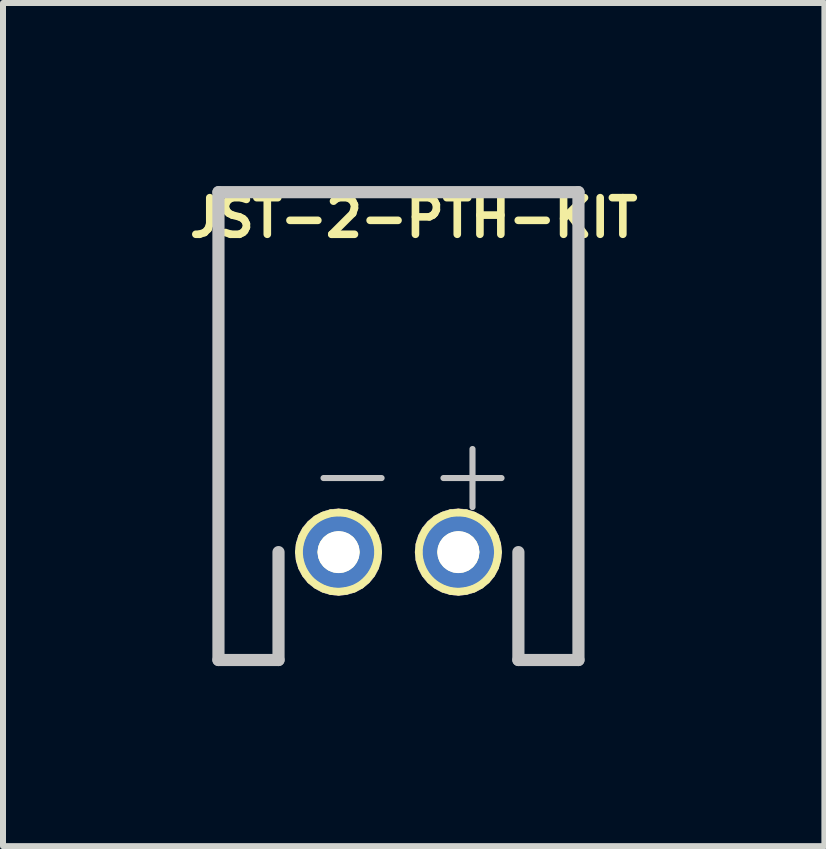
<source format=kicad_pcb>
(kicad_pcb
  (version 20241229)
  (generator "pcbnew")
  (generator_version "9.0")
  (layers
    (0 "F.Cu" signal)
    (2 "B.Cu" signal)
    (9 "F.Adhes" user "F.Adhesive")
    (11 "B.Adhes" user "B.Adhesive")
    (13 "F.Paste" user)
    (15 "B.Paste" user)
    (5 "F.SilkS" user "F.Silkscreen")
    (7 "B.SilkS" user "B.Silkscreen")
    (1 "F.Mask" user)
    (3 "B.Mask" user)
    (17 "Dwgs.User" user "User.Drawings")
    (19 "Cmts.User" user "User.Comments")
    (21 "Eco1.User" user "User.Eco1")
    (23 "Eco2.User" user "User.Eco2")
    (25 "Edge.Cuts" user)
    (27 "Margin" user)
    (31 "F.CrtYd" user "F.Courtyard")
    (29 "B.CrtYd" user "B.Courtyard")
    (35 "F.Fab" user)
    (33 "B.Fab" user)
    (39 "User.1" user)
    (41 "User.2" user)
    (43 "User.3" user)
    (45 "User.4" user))
  (footprint "JST-2-PTH-KIT"
    (layer "F.Cu")
    (at 3.591 6.152)
    (property "Reference" "JST-2-PTH-KIT" (at 0.254 -5.573 0) (layer "F.SilkS") (effects (font (size 0.61 0.61) (thickness 0.127))))
    (attr exclude_from_pos_files exclude_from_bom)
    (fp_line (start -1.659 0) (end -1.646 -0.127) (stroke (width 0.127) (type solid)) (layer "F.SilkS"))
    (fp_line (start -1.646 -0.127) (end -1.608 -0.251) (stroke (width 0.127) (type solid)) (layer "F.SilkS"))
    (fp_line (start -1.646 0.127) (end -1.659 0) (stroke (width 0.127) (type solid)) (layer "F.SilkS"))
    (fp_line (start -1.608 -0.251) (end -1.547 -0.366) (stroke (width 0.127) (type solid)) (layer "F.SilkS"))
    (fp_line (start -1.608 0.251) (end -1.646 0.127) (stroke (width 0.127) (type solid)) (layer "F.SilkS"))
    (fp_line (start -1.547 -0.366) (end -1.466 -0.465) (stroke (width 0.127) (type solid)) (layer "F.SilkS"))
    (fp_line (start -1.547 0.366) (end -1.608 0.251) (stroke (width 0.127) (type solid)) (layer "F.SilkS"))
    (fp_line (start -1.466 -0.465) (end -1.367 -0.549) (stroke (width 0.127) (type solid)) (layer "F.SilkS"))
    (fp_line (start -1.466 0.467) (end -1.547 0.366) (stroke (width 0.127) (type solid)) (layer "F.SilkS"))
    (fp_line (start -1.367 -0.549) (end -1.252 -0.61) (stroke (width 0.127) (type solid)) (layer "F.SilkS"))
    (fp_line (start -1.364 0.549) (end -1.466 0.467) (stroke (width 0.127) (type solid)) (layer "F.SilkS"))
    (fp_line (start -1.285 0) (end -1.275 -0.074) (stroke (width 0.127) (type solid)) (layer "F.SilkS"))
    (fp_line (start -1.275 -0.074) (end -1.247 -0.142) (stroke (width 0.127) (type solid)) (layer "F.SilkS"))
    (fp_line (start -1.275 0.074) (end -1.285 0) (stroke (width 0.127) (type solid)) (layer "F.SilkS"))
    (fp_line (start -1.252 -0.61) (end -1.128 -0.648) (stroke (width 0.127) (type solid)) (layer "F.SilkS"))
    (fp_line (start -1.25 0.61) (end -1.364 0.549) (stroke (width 0.127) (type solid)) (layer "F.SilkS"))
    (fp_line (start -1.247 -0.142) (end -1.201 -0.201) (stroke (width 0.127) (type solid)) (layer "F.SilkS"))
    (fp_line (start -1.247 0.142) (end -1.275 0.074) (stroke (width 0.127) (type solid)) (layer "F.SilkS"))
    (fp_line (start -1.201 -0.201) (end -1.143 -0.246) (stroke (width 0.127) (type solid)) (layer "F.SilkS"))
    (fp_line (start -1.201 0.201) (end -1.247 0.142) (stroke (width 0.127) (type solid)) (layer "F.SilkS"))
    (fp_line (start -1.143 -0.246) (end -1.072 -0.274) (stroke (width 0.127) (type solid)) (layer "F.SilkS"))
    (fp_line (start -1.143 0.246) (end -1.201 0.201) (stroke (width 0.127) (type solid)) (layer "F.SilkS"))
    (fp_line (start -1.128 -0.648) (end -0.998 -0.66) (stroke (width 0.127) (type solid)) (layer "F.SilkS"))
    (fp_line (start -1.125 0.648) (end -1.25 0.61) (stroke (width 0.127) (type solid)) (layer "F.SilkS"))
    (fp_line (start -1.072 -0.274) (end -0.998 -0.284) (stroke (width 0.127) (type solid)) (layer "F.SilkS"))
    (fp_line (start -1.072 0.274) (end -1.143 0.246) (stroke (width 0.127) (type solid)) (layer "F.SilkS"))
    (fp_line (start -0.998 -0.66) (end -0.869 -0.648) (stroke (width 0.127) (type solid)) (layer "F.SilkS"))
    (fp_line (start -0.998 -0.284) (end -0.925 -0.274) (stroke (width 0.127) (type solid)) (layer "F.SilkS"))
    (fp_line (start -0.998 0.284) (end -1.072 0.274) (stroke (width 0.127) (type solid)) (layer "F.SilkS"))
    (fp_line (start -0.996 0.66) (end -1.125 0.648) (stroke (width 0.127) (type solid)) (layer "F.SilkS"))
    (fp_line (start -0.925 -0.274) (end -0.856 -0.246) (stroke (width 0.127) (type solid)) (layer "F.SilkS"))
    (fp_line (start -0.925 0.274) (end -0.998 0.284) (stroke (width 0.127) (type solid)) (layer "F.SilkS"))
    (fp_line (start -0.869 -0.648) (end -0.747 -0.61) (stroke (width 0.127) (type solid)) (layer "F.SilkS"))
    (fp_line (start -0.869 0.645) (end -0.996 0.66) (stroke (width 0.127) (type solid)) (layer "F.SilkS"))
    (fp_line (start -0.856 -0.246) (end -0.795 -0.201) (stroke (width 0.127) (type solid)) (layer "F.SilkS"))
    (fp_line (start -0.856 0.246) (end -0.925 0.274) (stroke (width 0.127) (type solid)) (layer "F.SilkS"))
    (fp_line (start -0.795 -0.201) (end -0.752 -0.142) (stroke (width 0.127) (type solid)) (layer "F.SilkS"))
    (fp_line (start -0.795 0.201) (end -0.856 0.246) (stroke (width 0.127) (type solid)) (layer "F.SilkS"))
    (fp_line (start -0.752 -0.142) (end -0.721 -0.074) (stroke (width 0.127) (type solid)) (layer "F.SilkS"))
    (fp_line (start -0.752 0.142) (end -0.795 0.201) (stroke (width 0.127) (type solid)) (layer "F.SilkS"))
    (fp_line (start -0.747 -0.61) (end -0.632 -0.549) (stroke (width 0.127) (type solid)) (layer "F.SilkS"))
    (fp_line (start -0.744 0.61) (end -0.869 0.645) (stroke (width 0.127) (type solid)) (layer "F.SilkS"))
    (fp_line (start -0.721 -0.074) (end -0.711 0) (stroke (width 0.127) (type solid)) (layer "F.SilkS"))
    (fp_line (start -0.721 0.074) (end -0.752 0.142) (stroke (width 0.127) (type solid)) (layer "F.SilkS"))
    (fp_line (start -0.711 0) (end -0.721 0.074) (stroke (width 0.127) (type solid)) (layer "F.SilkS"))
    (fp_line (start -0.632 -0.549) (end -0.531 -0.465) (stroke (width 0.127) (type solid)) (layer "F.SilkS"))
    (fp_line (start -0.63 0.549) (end -0.744 0.61) (stroke (width 0.127) (type solid)) (layer "F.SilkS"))
    (fp_line (start -0.531 -0.465) (end -0.45 -0.366) (stroke (width 0.127) (type solid)) (layer "F.SilkS"))
    (fp_line (start -0.531 0.465) (end -0.63 0.549) (stroke (width 0.127) (type solid)) (layer "F.SilkS"))
    (fp_line (start -0.45 -0.366) (end -0.389 -0.251) (stroke (width 0.127) (type solid)) (layer "F.SilkS"))
    (fp_line (start -0.45 0.366) (end -0.531 0.465) (stroke (width 0.127) (type solid)) (layer "F.SilkS"))
    (fp_line (start -0.389 -0.251) (end -0.351 -0.127) (stroke (width 0.127) (type solid)) (layer "F.SilkS"))
    (fp_line (start -0.389 0.251) (end -0.45 0.366) (stroke (width 0.127) (type solid)) (layer "F.SilkS"))
    (fp_line (start -0.351 -0.127) (end -0.338 0) (stroke (width 0.127) (type solid)) (layer "F.SilkS"))
    (fp_line (start -0.351 0.127) (end -0.389 0.251) (stroke (width 0.127) (type solid)) (layer "F.SilkS"))
    (fp_line (start -0.338 0) (end -0.351 0.127) (stroke (width 0.127) (type solid)) (layer "F.SilkS"))
    (fp_line (start 0.338 0) (end 0.351 -0.127) (stroke (width 0.127) (type solid)) (layer "F.SilkS"))
    (fp_line (start 0.351 -0.127) (end 0.389 -0.251) (stroke (width 0.127) (type solid)) (layer "F.SilkS"))
    (fp_line (start 0.351 0.127) (end 0.338 0) (stroke (width 0.127) (type solid)) (layer "F.SilkS"))
    (fp_line (start 0.389 -0.251) (end 0.45 -0.366) (stroke (width 0.127) (type solid)) (layer "F.SilkS"))
    (fp_line (start 0.389 0.251) (end 0.351 0.127) (stroke (width 0.127) (type solid)) (layer "F.SilkS"))
    (fp_line (start 0.45 -0.366) (end 0.531 -0.465) (stroke (width 0.127) (type solid)) (layer "F.SilkS"))
    (fp_line (start 0.45 0.366) (end 0.389 0.251) (stroke (width 0.127) (type solid)) (layer "F.SilkS"))
    (fp_line (start 0.531 -0.465) (end 0.632 -0.549) (stroke (width 0.127) (type solid)) (layer "F.SilkS"))
    (fp_line (start 0.533 0.467) (end 0.45 0.366) (stroke (width 0.127) (type solid)) (layer "F.SilkS"))
    (fp_line (start 0.632 -0.549) (end 0.747 -0.61) (stroke (width 0.127) (type solid)) (layer "F.SilkS"))
    (fp_line (start 0.632 0.549) (end 0.533 0.467) (stroke (width 0.127) (type solid)) (layer "F.SilkS"))
    (fp_line (start 0.711 0) (end 0.721 -0.074) (stroke (width 0.127) (type solid)) (layer "F.SilkS"))
    (fp_line (start 0.721 -0.074) (end 0.752 -0.142) (stroke (width 0.127) (type solid)) (layer "F.SilkS"))
    (fp_line (start 0.721 0.074) (end 0.711 0) (stroke (width 0.127) (type solid)) (layer "F.SilkS"))
    (fp_line (start 0.747 -0.61) (end 0.869 -0.648) (stroke (width 0.127) (type solid)) (layer "F.SilkS"))
    (fp_line (start 0.747 0.61) (end 0.632 0.549) (stroke (width 0.127) (type solid)) (layer "F.SilkS"))
    (fp_line (start 0.749 0.142) (end 0.721 0.074) (stroke (width 0.127) (type solid)) (layer "F.SilkS"))
    (fp_line (start 0.752 -0.142) (end 0.795 -0.201) (stroke (width 0.127) (type solid)) (layer "F.SilkS"))
    (fp_line (start 0.795 -0.201) (end 0.856 -0.246) (stroke (width 0.127) (type solid)) (layer "F.SilkS"))
    (fp_line (start 0.795 0.201) (end 0.749 0.142) (stroke (width 0.127) (type solid)) (layer "F.SilkS"))
    (fp_line (start 0.856 -0.246) (end 0.925 -0.274) (stroke (width 0.127) (type solid)) (layer "F.SilkS"))
    (fp_line (start 0.856 0.246) (end 0.795 0.201) (stroke (width 0.127) (type solid)) (layer "F.SilkS"))
    (fp_line (start 0.869 -0.648) (end 0.998 -0.66) (stroke (width 0.127) (type solid)) (layer "F.SilkS"))
    (fp_line (start 0.871 0.648) (end 0.747 0.61) (stroke (width 0.127) (type solid)) (layer "F.SilkS"))
    (fp_line (start 0.925 -0.274) (end 0.998 -0.284) (stroke (width 0.127) (type solid)) (layer "F.SilkS"))
    (fp_line (start 0.925 0.274) (end 0.856 0.246) (stroke (width 0.127) (type solid)) (layer "F.SilkS"))
    (fp_line (start 0.998 -0.66) (end 1.128 -0.648) (stroke (width 0.127) (type solid)) (layer "F.SilkS"))
    (fp_line (start 0.998 -0.284) (end 1.072 -0.274) (stroke (width 0.127) (type solid)) (layer "F.SilkS"))
    (fp_line (start 0.998 0.284) (end 0.925 0.274) (stroke (width 0.127) (type solid)) (layer "F.SilkS"))
    (fp_line (start 1.001 0.66) (end 0.871 0.648) (stroke (width 0.127) (type solid)) (layer "F.SilkS"))
    (fp_line (start 1.072 -0.274) (end 1.143 -0.246) (stroke (width 0.127) (type solid)) (layer "F.SilkS"))
    (fp_line (start 1.072 0.274) (end 0.998 0.284) (stroke (width 0.127) (type solid)) (layer "F.SilkS"))
    (fp_line (start 1.128 -0.648) (end 1.252 -0.61) (stroke (width 0.127) (type solid)) (layer "F.SilkS"))
    (fp_line (start 1.13 0.645) (end 1.001 0.66) (stroke (width 0.127) (type solid)) (layer "F.SilkS"))
    (fp_line (start 1.143 -0.246) (end 1.201 -0.201) (stroke (width 0.127) (type solid)) (layer "F.SilkS"))
    (fp_line (start 1.143 0.246) (end 1.072 0.274) (stroke (width 0.127) (type solid)) (layer "F.SilkS"))
    (fp_line (start 1.201 -0.201) (end 1.247 -0.142) (stroke (width 0.127) (type solid)) (layer "F.SilkS"))
    (fp_line (start 1.201 0.201) (end 1.143 0.246) (stroke (width 0.127) (type solid)) (layer "F.SilkS"))
    (fp_line (start 1.247 -0.142) (end 1.275 -0.074) (stroke (width 0.127) (type solid)) (layer "F.SilkS"))
    (fp_line (start 1.247 0.142) (end 1.201 0.201) (stroke (width 0.127) (type solid)) (layer "F.SilkS"))
    (fp_line (start 1.252 -0.61) (end 1.367 -0.549) (stroke (width 0.127) (type solid)) (layer "F.SilkS"))
    (fp_line (start 1.252 0.61) (end 1.13 0.645) (stroke (width 0.127) (type solid)) (layer "F.SilkS"))
    (fp_line (start 1.275 -0.074) (end 1.285 0) (stroke (width 0.127) (type solid)) (layer "F.SilkS"))
    (fp_line (start 1.275 0.074) (end 1.247 0.142) (stroke (width 0.127) (type solid)) (layer "F.SilkS"))
    (fp_line (start 1.285 0) (end 1.275 0.074) (stroke (width 0.127) (type solid)) (layer "F.SilkS"))
    (fp_line (start 1.367 -0.549) (end 1.466 -0.465) (stroke (width 0.127) (type solid)) (layer "F.SilkS"))
    (fp_line (start 1.367 0.549) (end 1.252 0.61) (stroke (width 0.127) (type solid)) (layer "F.SilkS"))
    (fp_line (start 1.466 -0.465) (end 1.547 -0.366) (stroke (width 0.127) (type solid)) (layer "F.SilkS"))
    (fp_line (start 1.468 0.465) (end 1.367 0.549) (stroke (width 0.127) (type solid)) (layer "F.SilkS"))
    (fp_line (start 1.547 -0.366) (end 1.608 -0.251) (stroke (width 0.127) (type solid)) (layer "F.SilkS"))
    (fp_line (start 1.549 0.366) (end 1.468 0.465) (stroke (width 0.127) (type solid)) (layer "F.SilkS"))
    (fp_line (start 1.608 -0.251) (end 1.646 -0.127) (stroke (width 0.127) (type solid)) (layer "F.SilkS"))
    (fp_line (start 1.61 0.251) (end 1.549 0.366) (stroke (width 0.127) (type solid)) (layer "F.SilkS"))
    (fp_line (start 1.646 -0.127) (end 1.659 0) (stroke (width 0.127) (type solid)) (layer "F.SilkS"))
    (fp_line (start 1.646 0.127) (end 1.61 0.251) (stroke (width 0.127) (type solid)) (layer "F.SilkS"))
    (fp_line (start 1.659 0) (end 1.646 0.127) (stroke (width 0.127) (type solid)) (layer "F.SilkS"))
    (fp_line (start -3 -5.999) (end 3 -5.999) (stroke (width 0.203) (type solid)) (layer "Dwgs.User"))
    (fp_line (start -3 1.798) (end -3 -5.999) (stroke (width 0.203) (type solid)) (layer "Dwgs.User"))
    (fp_line (start -1.999 0) (end -1.999 1.798) (stroke (width 0.203) (type solid)) (layer "Dwgs.User"))
    (fp_line (start -1.999 1.798) (end -3 1.798) (stroke (width 0.203) (type solid)) (layer "Dwgs.User"))
    (fp_line (start 1.999 1.798) (end 1.999 0) (stroke (width 0.203) (type solid)) (layer "Dwgs.User"))
    (fp_line (start 3 -5.999) (end 3 1.798) (stroke (width 0.203) (type solid)) (layer "Dwgs.User"))
    (fp_line (start 3 1.798) (end 1.999 1.798) (stroke (width 0.203) (type solid)) (layer "Dwgs.User"))
    (fp_text user "-" (at -0.765 -1.333 0) (layer "Dwgs.User") (effects (font (size 1.27 1.27) (thickness 0.102))))
    (fp_text user "+" (at 1.234 -1.333 0) (layer "Dwgs.User") (effects (font (size 1.27 1.27) (thickness 0.102))))
    (pad "1" thru_hole circle (at -0.998 0) (size 1.448 1.448) (drill 0.699) (layers "*.Cu" "*.Paste" "*.Mask"))
    (pad "2" thru_hole circle (at 0.998 0) (size 1.448 1.448) (drill 0.699) (layers "*.Cu" "*.Paste" "*.Mask")))
  (gr_rect
    (start -3 -3)
    (end 10.69 11.052)
    (stroke (width 0.1) (type default))
    (fill no)
    (layer "Edge.Cuts")))
</source>
